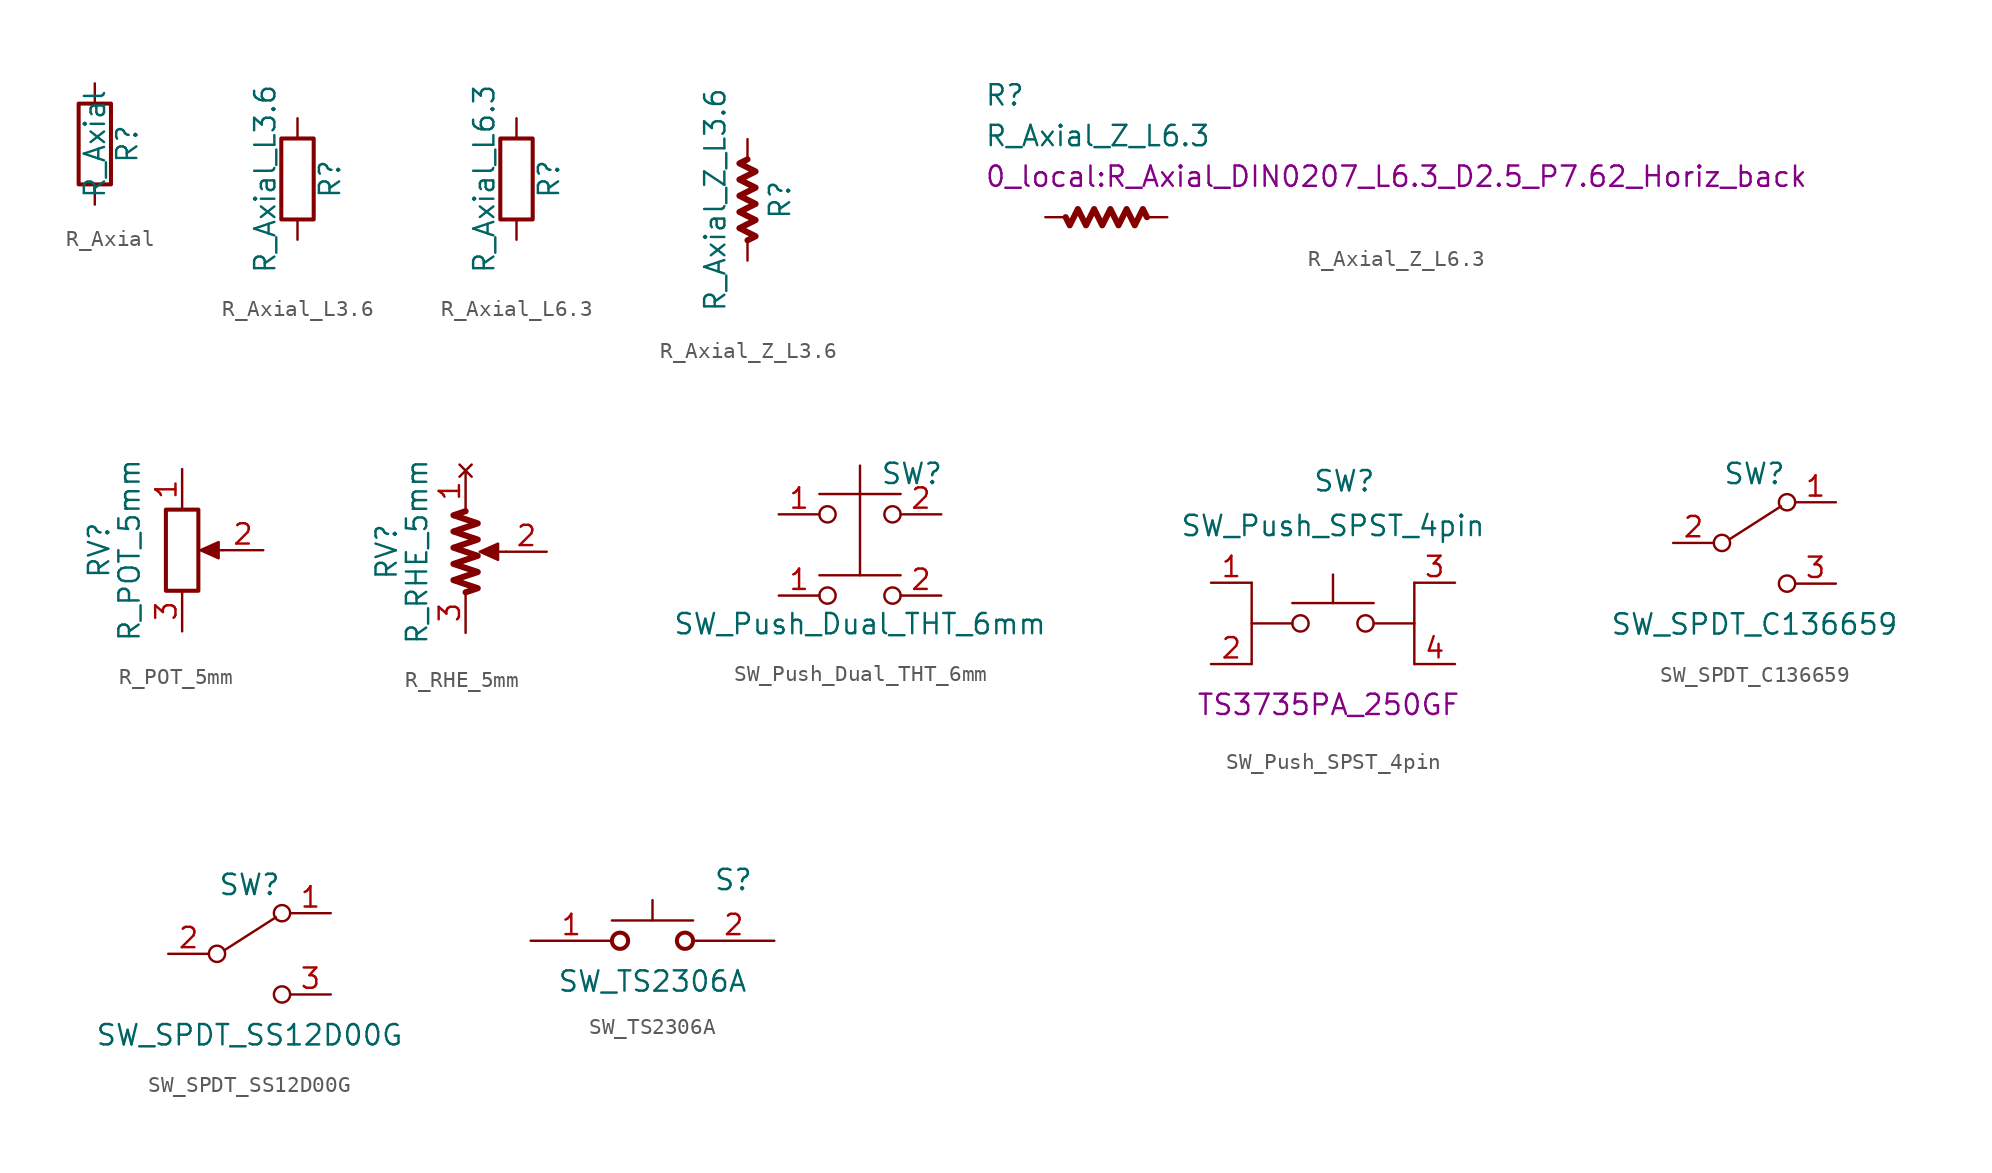
<source format=kicad_sym>
(kicad_symbol_lib
  (version 20220914)
  (generator kicad_symbol_editor)
  (symbol "R_Axial"
    (pin_numbers hide)
    (pin_names
      (offset 0))
    (property "Reference" "R"
      (at 2.032 0 90)
      (effects (font (size 1.27 1.27))))
    (property "Value" "R_Axial"
      (at 0 0 90)
      (effects (font (size 1.27 1.27))))
    (symbol "R_Axial_0_1"
      (rectangle (start -1.016 -2.54) (end 1.016 2.54) (stroke (width 0.254) (type default)) (fill (type none))))
    (symbol "R_Axial_1_1"
      (pin passive line (at 0 3.81 270) (length 1.27) (name "~" (effects (font (size 1.27 1.27)))) (number "1" (effects (font (size 1.27 1.27)))))
      (pin passive line (at 0 -3.81 90) (length 1.27) (name "~" (effects (font (size 1.27 1.27)))) (number "2" (effects (font (size 1.27 1.27)))))))
  (symbol "R_Axial_L3.6"
    (pin_numbers hide)
    (pin_names
      (offset 0))
    (property "Reference" "R"
      (at 2.032 0 90)
      (effects (font (size 1.27 1.27))))
    (property "Value" "R_Axial_L3.6"
      (at -2.032 0 90)
      (effects (font (size 1.27 1.27))))
    (symbol "R_Axial_L3.6_0_1"
      (rectangle (start -1.016 -2.54) (end 1.016 2.54) (stroke (width 0.254) (type default)) (fill (type none))))
    (symbol "R_Axial_L3.6_1_1"
      (pin passive line (at 0 3.81 270) (length 1.27) (name "~" (effects (font (size 1.27 1.27)))) (number "1" (effects (font (size 1.27 1.27)))))
      (pin passive line (at 0 -3.81 90) (length 1.27) (name "~" (effects (font (size 1.27 1.27)))) (number "2" (effects (font (size 1.27 1.27)))))))
  (symbol "R_Axial_L6.3"
    (pin_numbers hide)
    (pin_names
      (offset 0))
    (property "Reference" "R"
      (at 2.032 0 90)
      (effects (font (size 1.27 1.27))))
    (property "Value" "R_Axial_L6.3"
      (at -2.032 0 90)
      (effects (font (size 1.27 1.27))))
    (symbol "R_Axial_L6.3_0_1"
      (rectangle (start -1.016 -2.54) (end 1.016 2.54) (stroke (width 0.254) (type default)) (fill (type none))))
    (symbol "R_Axial_L6.3_1_1"
      (pin passive line (at 0 3.81 270) (length 1.27) (name "~" (effects (font (size 1.27 1.27)))) (number "1" (effects (font (size 1.27 1.27)))))
      (pin passive line (at 0 -3.81 90) (length 1.27) (name "~" (effects (font (size 1.27 1.27)))) (number "2" (effects (font (size 1.27 1.27)))))))
  (symbol "R_Axial_Z_L3.6"
    (pin_numbers hide)
    (pin_names
      (offset 0))
    (property "Reference" "R"
      (at 2.032 0 90)
      (effects (font (size 1.27 1.27))))
    (property "Value" "R_Axial_Z_L3.6"
      (at -2.032 0 90)
      (effects (font (size 1.27 1.27))))
    (symbol "R_Axial_Z_L3.6_0_1"
      (polyline (pts (xy 0 2.54) (xy -0.508 2.286) (xy 0.508 1.778) (xy -0.508 1.27) (xy 0.508 0.762) (xy -0.508 0.254) (xy 0.508 -0.254) (xy -0.508 -0.762) (xy 0.508 -1.27) (xy -0.508 -1.778) (xy 0.508 -2.286) (xy 0 -2.54)) (stroke (width 0.381) (type default)) (fill (type none))))
    (symbol "R_Axial_Z_L3.6_1_1"
      (pin passive line (at 0 3.81 270) (length 1.27) (name "~" (effects (font (size 1.27 1.27)))) (number "1" (effects (font (size 1.27 1.27)))))
      (pin passive line (at 0 -3.81 90) (length 1.27) (name "~" (effects (font (size 1.27 1.27)))) (number "2" (effects (font (size 1.27 1.27)))))))
  (symbol "R_Axial_Z_L6.3"
    (pin_numbers hide)
    (pin_names
      (offset 0))
    (property "Reference" "R"
      (at -7.62 7.62 0)
      (effects (font (size 1.27 1.27)) (justify left)))
    (property "Value" "R_Axial_Z_L6.3"
      (at -7.62 5.08 0)
      (effects (font (size 1.27 1.27)) (justify left)))
    (property "Footprint" "0_local:R_Axial_DIN0207_L6.3_D2.5_P7.62_Horiz_back"
      (at -7.62 2.54 0)
      (effects (font (size 1.27 1.27)) (justify left)))
    (symbol "R_Axial_Z_L6.3_0_1"
      (polyline (pts (xy 2.54 0) (xy 2.286 0.508) (xy 1.778 -0.508) (xy 1.27 0.508) (xy 0.762 -0.508) (xy 0.254 0.508) (xy -0.254 -0.508) (xy -0.762 0.508) (xy -1.27 -0.508) (xy -1.778 0.508) (xy -2.286 -0.508) (xy -2.54 0)) (stroke (width 0.381) (type default)) (fill (type none))))
    (symbol "R_Axial_Z_L6.3_1_1"
      (pin passive line (at 3.81 0 180) (length 1.27) (name "~" (effects (font (size 1.27 1.27)))) (number "1" (effects (font (size 1.27 1.27)))))
      (pin passive line (at -3.81 0 0) (length 1.27) (name "~" (effects (font (size 1.27 1.27)))) (number "2" (effects (font (size 1.27 1.27)))))))
  (symbol "R_POT_5mm"
    (pin_names
      (offset 1.016) hide)
    (property "Reference" "RV"
      (at -5.207 0 90)
      (effects (font (size 1.27 1.27))))
    (property "Value" "R_POT_5mm"
      (at -3.302 0 90)
      (effects (font (size 1.27 1.27))))
    (symbol "R_POT_5mm_0_1"
      (polyline (pts (xy 2.54 0) (xy 1.524 0)) (stroke (width 0) (type default)) (fill (type none)))
      (polyline (pts (xy 1.143 0) (xy 2.286 0.508) (xy 2.286 -0.508) (xy 1.143 0)) (stroke (width 0) (type default)) (fill (type outline)))
      (rectangle (start 1.016 2.54) (end -1.016 -2.54) (stroke (width 0.254) (type default)) (fill (type none))))
    (symbol "R_POT_5mm_1_1"
      (pin passive line (at 0 5.08 270) (length 2.54) (name "1" (effects (font (size 1.27 1.27)))) (number "1" (effects (font (size 1.27 1.27)))))
      (pin output line (at 5.08 0 180) (length 2.54) (name "2" (effects (font (size 1.27 1.27)))) (number "2" (effects (font (size 1.27 1.27)))))
      (pin input line (at 0 -5.08 90) (length 2.54) (name "3" (effects (font (size 1.27 1.27)))) (number "3" (effects (font (size 1.27 1.27)))))))
  (symbol "R_RHE_5mm"
    (pin_names
      (offset 1.016) hide)
    (property "Reference" "RV"
      (at -4.953 0 90)
      (effects (font (size 1.27 1.27))))
    (property "Value" "R_RHE_5mm"
      (at -3.048 0 90)
      (effects (font (size 1.27 1.27))))
    (symbol "R_RHE_5mm_0_1"
      (polyline (pts (xy 2.54 0) (xy 1.27 0)) (stroke (width 0) (type default)) (fill (type none)))
      (polyline (pts (xy 0.889 0) (xy 2.032 0.508) (xy 2.032 -0.508) (xy 0.889 0)) (stroke (width 0) (type default)) (fill (type outline)))
      (polyline (pts (xy 0 2.54) (xy -0.762 2.286) (xy 0.762 1.778) (xy -0.762 1.27) (xy 0.762 0.762) (xy -0.762 0.254) (xy 0.762 -0.254) (xy -0.762 -0.762) (xy 0.762 -1.27) (xy -0.762 -1.778) (xy 0.762 -2.286) (xy 0 -2.54)) (stroke (width 0.381) (type default)) (fill (type none))))
    (symbol "R_RHE_5mm_1_1"
      (pin no_connect line (at 0 5.08 270) (length 2.54) (name "1" (effects (font (size 1.27 1.27)))) (number "1" (effects (font (size 1.27 1.27)))))
      (pin passive line (at 5.08 0 180) (length 2.54) (name "2" (effects (font (size 1.27 1.27)))) (number "2" (effects (font (size 1.27 1.27)))))
      (pin passive line (at 0 -5.08 90) (length 2.54) (name "3" (effects (font (size 1.27 1.27)))) (number "3" (effects (font (size 1.27 1.27)))))))
  (symbol "SW_Push_Dual_THT_6mm"
    (pin_names
      (offset 1.016) hide)
    (property "Reference" "SW"
      (at 1.27 2.54 0)
      (effects (font (size 1.27 1.27)) (justify left)))
    (property "Value" "SW_Push_Dual_THT_6mm"
      (at 0 -6.858 0)
      (effects (font (size 1.27 1.27))))
    (symbol "SW_Push_Dual_THT_6mm_0_1"
      (circle (center -2.032 -5.08) (radius 0.508) (stroke (width 0) (type default)) (fill (type none)))
      (circle (center -2.032 0) (radius 0.508) (stroke (width 0) (type default)) (fill (type none)))
      (polyline (pts (xy 0 1.27) (xy 0 3.048)) (stroke (width 0) (type default)) (fill (type none)))
      (polyline (pts (xy 2.54 -3.81) (xy -2.54 -3.81)) (stroke (width 0) (type default)) (fill (type none)))
      (polyline (pts (xy 2.54 1.27) (xy -2.54 1.27)) (stroke (width 0) (type default)) (fill (type none)))
      (polyline (pts (xy 0 1.27) (xy 0 -3.81) (xy 0 1.27)) (stroke (width 0) (type default)) (fill (type none)))
      (circle (center 2.032 -5.08) (radius 0.508) (stroke (width 0) (type default)) (fill (type none)))
      (circle (center 2.032 0) (radius 0.508) (stroke (width 0) (type default)) (fill (type none)))
      (pin passive line (at -5.08 -5.08 0) (length 2.54) (name "1" (effects (font (size 1.27 1.27)))) (number "1" (effects (font (size 1.27 1.27)))))
      (pin passive line (at -5.08 0 0) (length 2.54) (name "1" (effects (font (size 1.27 1.27)))) (number "1" (effects (font (size 1.27 1.27)))))
      (pin passive line (at 5.08 -5.08 180) (length 2.54) (name "2" (effects (font (size 1.27 1.27)))) (number "2" (effects (font (size 1.27 1.27)))))
      (pin passive line (at 5.08 0 180) (length 2.54) (name "2" (effects (font (size 1.27 1.27)))) (number "2" (effects (font (size 1.27 1.27)))))))
  (symbol "SW_Push_SPST_4pin"
    (pin_names
      (offset 1.016) hide)
    (property "Reference" "SW"
      (at -1.27 8.89 0)
      (effects (font (size 1.27 1.27)) (justify left)))
    (property "Value" "SW_Push_SPST_4pin"
      (at 0 6.096 0)
      (effects (font (size 1.27 1.27))))
    (property "Model" "TS3735PA_250GF"
      (at -0.279 -5.08 0)
      (effects (font (size 1.27 1.27))))
    (symbol "SW_Push_SPST_4pin_0_1"
      (rectangle (start -2.54 0) (end -5.08 0) (stroke (width 0) (type default)) (fill (type none)))
      (circle (center -2.032 0) (radius 0.508) (stroke (width 0) (type default)) (fill (type none)))
      (polyline (pts (xy -5.08 2.54) (xy -5.08 -2.54)) (stroke (width 0) (type default)) (fill (type none)))
      (polyline (pts (xy 0 1.27) (xy 0 3.048)) (stroke (width 0) (type default)) (fill (type none)))
      (polyline (pts (xy 2.54 1.27) (xy -2.54 1.27)) (stroke (width 0) (type default)) (fill (type none)))
      (circle (center 2.032 0) (radius 0.508) (stroke (width 0) (type default)) (fill (type none)))
      (pin passive line (at 7.62 2.54 180) (length 2.54) (name "3" (effects (font (size 1.27 1.27)))) (number "3" (effects (font (size 1.27 1.27))))))
    (symbol "SW_Push_SPST_4pin_1_1"
      (polyline (pts (xy 5.08 2.54) (xy 5.08 -2.54)) (stroke (width 0) (type default)) (fill (type none)))
      (rectangle (start 5.08 0) (end 2.54 0) (stroke (width 0) (type default)) (fill (type none)))
      (pin passive line (at -7.62 2.54 0) (length 2.54) (name "1" (effects (font (size 1.27 1.27)))) (number "1" (effects (font (size 1.27 1.27)))))
      (pin passive line (at -7.62 -2.54 0) (length 2.54) (name "2" (effects (font (size 1.27 1.27)))) (number "2" (effects (font (size 1.27 1.27)))))
      (pin passive line (at 7.62 -2.54 180) (length 2.54) (name "4" (effects (font (size 1.27 1.27)))) (number "4" (effects (font (size 1.27 1.27)))))))
  (symbol "SW_SPDT_C136659"
    (pin_names
      (offset 0) hide)
    (property "Reference" "SW"
      (at 0 4.318 0)
      (effects (font (size 1.27 1.27))))
    (property "Value" "SW_SPDT_C136659"
      (at 0 -5.08 0)
      (effects (font (size 1.27 1.27))))
    (symbol "SW_SPDT_C136659_0_0"
      (circle (center -2.032 0) (radius 0.508) (stroke (width 0) (type default)) (fill (type none)))
      (circle (center 2.032 -2.54) (radius 0.508) (stroke (width 0) (type default)) (fill (type none))))
    (symbol "SW_SPDT_C136659_0_1"
      (polyline (pts (xy -1.524 0.254) (xy 1.651 2.286)) (stroke (width 0) (type default)) (fill (type none)))
      (circle (center 2.032 2.54) (radius 0.508) (stroke (width 0) (type default)) (fill (type none))))
    (symbol "SW_SPDT_C136659_1_1"
      (pin passive line (at 5.08 2.54 180) (length 2.54) (name "A" (effects (font (size 1.27 1.27)))) (number "1" (effects (font (size 1.27 1.27)))))
      (pin passive line (at -5.08 0 0) (length 2.54) (name "B" (effects (font (size 1.27 1.27)))) (number "2" (effects (font (size 1.27 1.27)))))
      (pin passive line (at 5.08 -2.54 180) (length 2.54) (name "C" (effects (font (size 1.27 1.27)))) (number "3" (effects (font (size 1.27 1.27)))))))
  (symbol "SW_SPDT_SS12D00G"
    (pin_names
      (offset 0) hide)
    (property "Reference" "SW"
      (at 0 4.318 0)
      (effects (font (size 1.27 1.27))))
    (property "Value" "SW_SPDT_SS12D00G"
      (at 0 -5.08 0)
      (effects (font (size 1.27 1.27))))
    (symbol "SW_SPDT_SS12D00G_0_0"
      (circle (center -2.032 0) (radius 0.508) (stroke (width 0) (type default)) (fill (type none)))
      (circle (center 2.032 -2.54) (radius 0.508) (stroke (width 0) (type default)) (fill (type none))))
    (symbol "SW_SPDT_SS12D00G_0_1"
      (polyline (pts (xy -1.524 0.254) (xy 1.651 2.286)) (stroke (width 0) (type default)) (fill (type none)))
      (circle (center 2.032 2.54) (radius 0.508) (stroke (width 0) (type default)) (fill (type none))))
    (symbol "SW_SPDT_SS12D00G_1_1"
      (pin passive line (at 5.08 2.54 180) (length 2.54) (name "A" (effects (font (size 1.27 1.27)))) (number "1" (effects (font (size 1.27 1.27)))))
      (pin passive line (at -5.08 0 0) (length 2.54) (name "B" (effects (font (size 1.27 1.27)))) (number "2" (effects (font (size 1.27 1.27)))))
      (pin passive line (at 5.08 -2.54 180) (length 2.54) (name "C" (effects (font (size 1.27 1.27)))) (number "3" (effects (font (size 1.27 1.27)))))))
  (symbol "SW_TS2306A"
    (pin_names
      (offset 0.762))
    (property "Reference" "S"
      (at 11.43 3.81 0)
      (effects (font (size 1.27 1.27)) (justify left)))
    (property "Value" "SW_TS2306A"
      (at 7.62 -2.54 0)
      (effects (font (size 1.27 1.27))))
    (symbol "SW_TS2306A_0_0"
      (pin bidirectional line (at 0 0 0) (length 5.08) (name "~" (effects (font (size 1.27 1.27)))) (number "1" (effects (font (size 1.27 1.27)))))
      (pin bidirectional line (at 15.24 0 180) (length 5.08) (name "~" (effects (font (size 1.27 1.27)))) (number "2" (effects (font (size 1.27 1.27))))))
    (symbol "SW_TS2306A_0_1"
      (polyline (pts (xy 5.08 1.27) (xy 10.16 1.27)) (stroke (width 0.152) (type default)) (fill (type none)))
      (polyline (pts (xy 7.62 1.27) (xy 7.62 2.54)) (stroke (width 0.152) (type default)) (fill (type none)))
      (circle (center 5.588 0) (radius 0.508) (stroke (width 0.254) (type default)) (fill (type none)))
      (circle (center 9.652 0) (radius 0.508) (stroke (width 0.254) (type default)) (fill (type none))))))
</source>
